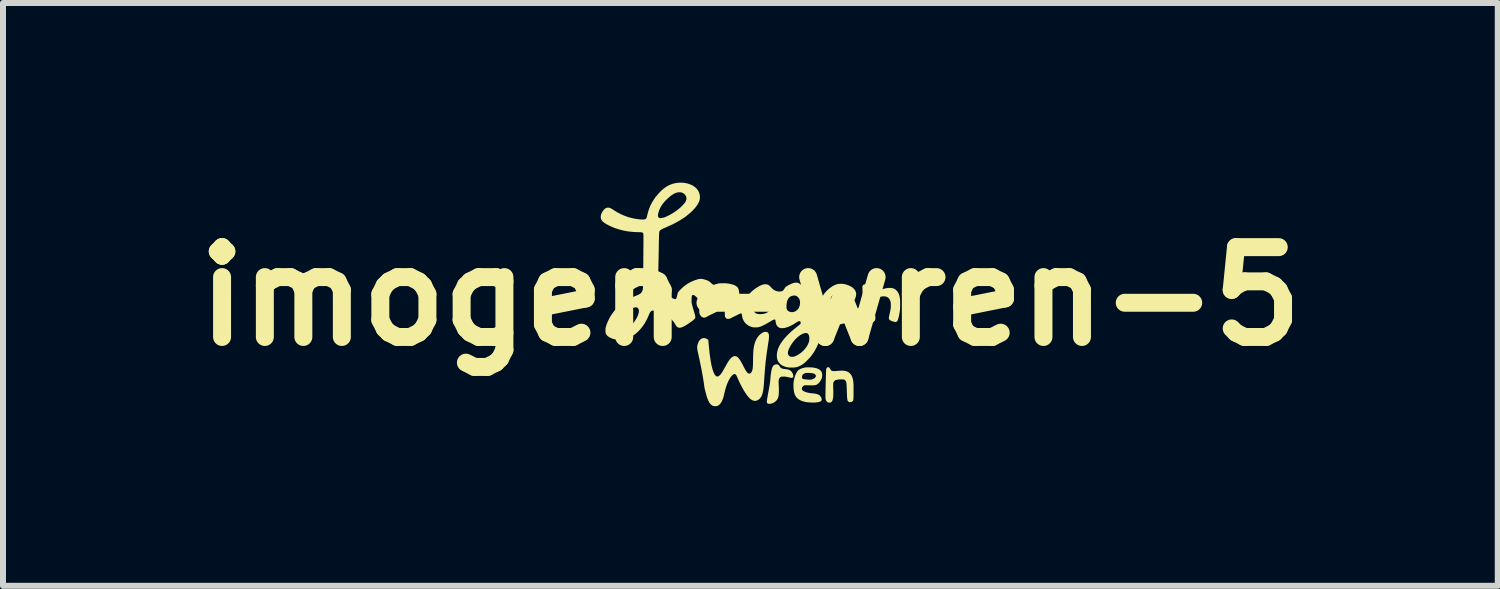
<source format=kicad_pcb>
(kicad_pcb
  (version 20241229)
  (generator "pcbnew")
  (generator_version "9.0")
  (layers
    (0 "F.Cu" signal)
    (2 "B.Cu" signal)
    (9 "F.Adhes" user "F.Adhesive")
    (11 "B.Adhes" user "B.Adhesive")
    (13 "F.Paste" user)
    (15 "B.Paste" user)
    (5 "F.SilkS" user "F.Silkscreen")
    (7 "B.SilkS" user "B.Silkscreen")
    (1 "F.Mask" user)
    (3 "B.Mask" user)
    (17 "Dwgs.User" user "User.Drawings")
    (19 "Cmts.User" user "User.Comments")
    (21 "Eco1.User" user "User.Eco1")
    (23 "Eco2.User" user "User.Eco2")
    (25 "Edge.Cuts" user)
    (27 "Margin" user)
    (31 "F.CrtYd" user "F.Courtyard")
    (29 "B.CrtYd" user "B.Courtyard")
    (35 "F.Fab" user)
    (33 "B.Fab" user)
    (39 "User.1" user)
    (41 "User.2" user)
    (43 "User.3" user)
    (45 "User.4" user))
  (footprint "imogen-wren-5"
    (layer "F.Cu")
    (at 9.479 1.898)
    (property "Reference" "imogen-wren-5" (at 0 0 0) (layer "F.SilkS") (effects (font (size 1.5 1.5) (thickness 0.3))))
    (attr board_only exclude_from_pos_files exclude_from_bom)
    (fp_poly (pts (xy 0.441 1.135) (xy 0.455 1.137) (xy 0.465 1.141) (xy 0.474 1.149) (xy 0.483 1.16) (xy 0.491 1.174) (xy 0.5 1.185) (xy 0.508 1.193) (xy 0.518 1.2) (xy 0.528 1.205) (xy 0.542 1.209) (xy 0.558 1.211) (xy 0.578 1.214) (xy 0.587 1.215) (xy 0.612 1.218) (xy 0.634 1.223) (xy 0.652 1.23) (xy 0.667 1.239) (xy 0.681 1.251) (xy 0.685 1.255) (xy 0.695 1.269) (xy 0.704 1.284) (xy 0.71 1.299) (xy 0.714 1.315) (xy 0.716 1.329) (xy 0.715 1.341) (xy 0.711 1.35) (xy 0.707 1.355) (xy 0.704 1.358) (xy 0.699 1.36) (xy 0.693 1.361) (xy 0.686 1.361) (xy 0.675 1.359) (xy 0.661 1.357) (xy 0.644 1.353) (xy 0.636 1.351) (xy 0.619 1.347) (xy 0.605 1.345) (xy 0.594 1.342) (xy 0.585 1.341) (xy 0.576 1.34) (xy 0.567 1.34) (xy 0.557 1.34) (xy 0.551 1.34) (xy 0.538 1.34) (xy 0.528 1.34) (xy 0.521 1.341) (xy 0.516 1.342) (xy 0.511 1.343) (xy 0.508 1.345) (xy 0.497 1.352) (xy 0.489 1.359) (xy 0.482 1.369) (xy 0.481 1.372) (xy 0.477 1.38) (xy 0.474 1.39) (xy 0.472 1.401) (xy 0.471 1.414) (xy 0.471 1.43) (xy 0.472 1.45) (xy 0.472 1.463) (xy 0.473 1.483) (xy 0.474 1.505) (xy 0.475 1.528) (xy 0.475 1.551) (xy 0.475 1.574) (xy 0.475 1.595) (xy 0.474 1.613) (xy 0.474 1.629) (xy 0.473 1.64) (xy 0.473 1.641) (xy 0.468 1.671) (xy 0.46 1.697) (xy 0.449 1.719) (xy 0.435 1.739) (xy 0.417 1.756) (xy 0.395 1.771) (xy 0.38 1.779) (xy 0.362 1.786) (xy 0.344 1.791) (xy 0.327 1.794) (xy 0.312 1.795) (xy 0.298 1.793) (xy 0.29 1.79) (xy 0.284 1.785) (xy 0.278 1.779) (xy 0.278 1.778) (xy 0.276 1.775) (xy 0.275 1.77) (xy 0.275 1.765) (xy 0.274 1.758) (xy 0.275 1.749) (xy 0.276 1.738) (xy 0.278 1.724) (xy 0.28 1.708) (xy 0.284 1.689) (xy 0.288 1.666) (xy 0.292 1.639) (xy 0.298 1.608) (xy 0.301 1.595) (xy 0.306 1.564) (xy 0.311 1.537) (xy 0.315 1.514) (xy 0.319 1.493) (xy 0.322 1.474) (xy 0.325 1.456) (xy 0.327 1.439) (xy 0.329 1.422) (xy 0.331 1.404) (xy 0.333 1.384) (xy 0.335 1.364) (xy 0.338 1.327) (xy 0.342 1.294) (xy 0.346 1.265) (xy 0.351 1.239) (xy 0.356 1.218) (xy 0.361 1.199) (xy 0.367 1.184) (xy 0.373 1.171) (xy 0.381 1.161) (xy 0.388 1.153) (xy 0.403 1.143) (xy 0.42 1.137) (xy 0.439 1.135)) (stroke (width 0) (type solid)) (fill yes) (layer "F.SilkS"))
    (fp_poly (pts (xy 1.017 1.186) (xy 1.053 1.19) (xy 1.084 1.195) (xy 1.112 1.203) (xy 1.136 1.213) (xy 1.156 1.225) (xy 1.172 1.24) (xy 1.185 1.256) (xy 1.193 1.276) (xy 1.198 1.297) (xy 1.199 1.32) (xy 1.197 1.343) (xy 1.19 1.367) (xy 1.181 1.391) (xy 1.168 1.413) (xy 1.153 1.434) (xy 1.137 1.452) (xy 1.118 1.466) (xy 1.107 1.473) (xy 1.098 1.477) (xy 1.09 1.48) (xy 1.081 1.483) (xy 1.071 1.484) (xy 1.059 1.485) (xy 1.045 1.486) (xy 1.027 1.486) (xy 1.005 1.486) (xy 1.005 1.486) (xy 0.981 1.486) (xy 0.96 1.485) (xy 0.944 1.485) (xy 0.931 1.485) (xy 0.92 1.485) (xy 0.913 1.485) (xy 0.907 1.486) (xy 0.902 1.486) (xy 0.899 1.487) (xy 0.896 1.488) (xy 0.894 1.489) (xy 0.892 1.49) (xy 0.881 1.498) (xy 0.871 1.508) (xy 0.864 1.52) (xy 0.86 1.533) (xy 0.859 1.545) (xy 0.861 1.557) (xy 0.862 1.558) (xy 0.87 1.569) (xy 0.882 1.579) (xy 0.899 1.588) (xy 0.919 1.596) (xy 0.942 1.604) (xy 0.969 1.61) (xy 0.998 1.615) (xy 1.031 1.619) (xy 1.034 1.619) (xy 1.064 1.622) (xy 1.089 1.626) (xy 1.111 1.632) (xy 1.129 1.638) (xy 1.145 1.646) (xy 1.157 1.655) (xy 1.168 1.667) (xy 1.177 1.68) (xy 1.182 1.689) (xy 1.188 1.705) (xy 1.19 1.72) (xy 1.189 1.733) (xy 1.183 1.744) (xy 1.173 1.753) (xy 1.172 1.754) (xy 1.159 1.759) (xy 1.141 1.764) (xy 1.12 1.768) (xy 1.096 1.771) (xy 1.069 1.773) (xy 1.039 1.773) (xy 1.007 1.772) (xy 0.984 1.771) (xy 0.942 1.767) (xy 0.904 1.76) (xy 0.87 1.75) (xy 0.839 1.738) (xy 0.812 1.723) (xy 0.788 1.706) (xy 0.769 1.686) (xy 0.753 1.663) (xy 0.747 1.653) (xy 0.743 1.643) (xy 0.739 1.634) (xy 0.736 1.624) (xy 0.733 1.614) (xy 0.73 1.601) (xy 0.726 1.584) (xy 0.725 1.577) (xy 0.723 1.562) (xy 0.721 1.543) (xy 0.72 1.522) (xy 0.719 1.499) (xy 0.719 1.476) (xy 0.72 1.455) (xy 0.721 1.435) (xy 0.723 1.419) (xy 0.724 1.414) (xy 0.731 1.381) (xy 0.739 1.349) (xy 0.741 1.343) (xy 0.861 1.343) (xy 0.861 1.354) (xy 0.865 1.366) (xy 0.872 1.375) (xy 0.881 1.38) (xy 0.887 1.381) (xy 0.897 1.383) (xy 0.909 1.385) (xy 0.924 1.387) (xy 0.94 1.388) (xy 0.956 1.39) (xy 0.969 1.391) (xy 0.994 1.391) (xy 1.018 1.389) (xy 1.036 1.384) (xy 1.054 1.376) (xy 1.07 1.367) (xy 1.081 1.356) (xy 1.089 1.345) (xy 1.093 1.333) (xy 1.093 1.329) (xy 1.091 1.317) (xy 1.084 1.306) (xy 1.074 1.297) (xy 1.06 1.29) (xy 1.049 1.286) (xy 1.031 1.283) (xy 1.012 1.281) (xy 0.992 1.279) (xy 0.971 1.278) (xy 0.952 1.278) (xy 0.934 1.279) (xy 0.92 1.281) (xy 0.911 1.283) (xy 0.894 1.291) (xy 0.881 1.301) (xy 0.87 1.313) (xy 0.863 1.328) (xy 0.861 1.343) (xy 0.741 1.343) (xy 0.749 1.32) (xy 0.76 1.294) (xy 0.771 1.272) (xy 0.783 1.253) (xy 0.794 1.239) (xy 0.809 1.227) (xy 0.827 1.216) (xy 0.848 1.206) (xy 0.873 1.198) (xy 0.901 1.191) (xy 0.91 1.189) (xy 0.918 1.187) (xy 0.926 1.186) (xy 0.936 1.186) (xy 0.947 1.185) (xy 0.961 1.185) (xy 0.977 1.185)) (stroke (width 0) (type solid)) (fill yes) (layer "F.SilkS"))
    (fp_poly (pts (xy 1.308 1.184) (xy 1.317 1.19) (xy 1.326 1.201) (xy 1.334 1.215) (xy 1.339 1.224) (xy 1.344 1.231) (xy 1.35 1.237) (xy 1.357 1.242) (xy 1.365 1.245) (xy 1.376 1.247) (xy 1.388 1.248) (xy 1.404 1.248) (xy 1.424 1.247) (xy 1.447 1.245) (xy 1.462 1.244) (xy 1.489 1.242) (xy 1.512 1.241) (xy 1.532 1.24) (xy 1.549 1.241) (xy 1.564 1.242) (xy 1.564 1.243) (xy 1.589 1.247) (xy 1.61 1.253) (xy 1.629 1.262) (xy 1.645 1.272) (xy 1.661 1.286) (xy 1.662 1.287) (xy 1.674 1.301) (xy 1.685 1.315) (xy 1.693 1.331) (xy 1.701 1.349) (xy 1.707 1.371) (xy 1.709 1.379) (xy 1.712 1.391) (xy 1.714 1.402) (xy 1.716 1.413) (xy 1.718 1.424) (xy 1.719 1.435) (xy 1.72 1.449) (xy 1.721 1.463) (xy 1.722 1.48) (xy 1.722 1.5) (xy 1.722 1.523) (xy 1.722 1.549) (xy 1.722 1.58) (xy 1.722 1.582) (xy 1.722 1.612) (xy 1.722 1.638) (xy 1.722 1.661) (xy 1.721 1.679) (xy 1.721 1.695) (xy 1.72 1.707) (xy 1.719 1.717) (xy 1.718 1.725) (xy 1.717 1.732) (xy 1.716 1.737) (xy 1.714 1.741) (xy 1.714 1.741) (xy 1.706 1.751) (xy 1.696 1.759) (xy 1.683 1.764) (xy 1.67 1.766) (xy 1.656 1.766) (xy 1.644 1.762) (xy 1.635 1.756) (xy 1.631 1.752) (xy 1.628 1.748) (xy 1.625 1.743) (xy 1.622 1.738) (xy 1.62 1.731) (xy 1.618 1.723) (xy 1.617 1.713) (xy 1.616 1.701) (xy 1.614 1.685) (xy 1.613 1.667) (xy 1.612 1.645) (xy 1.611 1.62) (xy 1.61 1.59) (xy 1.61 1.586) (xy 1.609 1.557) (xy 1.608 1.532) (xy 1.607 1.511) (xy 1.606 1.493) (xy 1.605 1.478) (xy 1.605 1.466) (xy 1.604 1.456) (xy 1.603 1.449) (xy 1.602 1.442) (xy 1.601 1.437) (xy 1.6 1.433) (xy 1.599 1.429) (xy 1.598 1.425) (xy 1.592 1.413) (xy 1.585 1.404) (xy 1.576 1.396) (xy 1.565 1.391) (xy 1.551 1.387) (xy 1.534 1.386) (xy 1.513 1.386) (xy 1.489 1.387) (xy 1.487 1.387) (xy 1.465 1.39) (xy 1.446 1.392) (xy 1.431 1.396) (xy 1.42 1.4) (xy 1.416 1.401) (xy 1.405 1.41) (xy 1.395 1.421) (xy 1.387 1.434) (xy 1.386 1.437) (xy 1.385 1.442) (xy 1.384 1.447) (xy 1.383 1.453) (xy 1.382 1.461) (xy 1.382 1.471) (xy 1.382 1.484) (xy 1.382 1.499) (xy 1.382 1.518) (xy 1.383 1.541) (xy 1.384 1.568) (xy 1.384 1.571) (xy 1.385 1.608) (xy 1.384 1.641) (xy 1.383 1.67) (xy 1.38 1.694) (xy 1.376 1.716) (xy 1.371 1.733) (xy 1.366 1.745) (xy 1.361 1.754) (xy 1.356 1.76) (xy 1.35 1.765) (xy 1.347 1.767) (xy 1.334 1.772) (xy 1.321 1.775) (xy 1.309 1.775) (xy 1.305 1.774) (xy 1.289 1.768) (xy 1.277 1.757) (xy 1.266 1.743) (xy 1.263 1.736) (xy 1.26 1.731) (xy 1.258 1.725) (xy 1.257 1.719) (xy 1.255 1.713) (xy 1.254 1.706) (xy 1.253 1.696) (xy 1.253 1.685) (xy 1.253 1.672) (xy 1.253 1.656) (xy 1.253 1.636) (xy 1.253 1.613) (xy 1.254 1.586) (xy 1.254 1.574) (xy 1.255 1.545) (xy 1.255 1.515) (xy 1.256 1.485) (xy 1.257 1.454) (xy 1.258 1.424) (xy 1.259 1.394) (xy 1.259 1.366) (xy 1.26 1.339) (xy 1.261 1.313) (xy 1.262 1.29) (xy 1.263 1.27) (xy 1.263 1.253) (xy 1.264 1.239) (xy 1.264 1.229) (xy 1.265 1.223) (xy 1.265 1.223) (xy 1.268 1.208) (xy 1.274 1.196) (xy 1.282 1.187) (xy 1.292 1.183) (xy 1.299 1.182)) (stroke (width 0) (type solid)) (fill yes) (layer "F.SilkS"))
    (fp_poly (pts (xy 0.264 0.593) (xy 0.271 0.594) (xy 0.276 0.595) (xy 0.281 0.597) (xy 0.285 0.6) (xy 0.295 0.609) (xy 0.303 0.622) (xy 0.308 0.639) (xy 0.31 0.659) (xy 0.31 0.681) (xy 0.31 0.683) (xy 0.309 0.692) (xy 0.309 0.701) (xy 0.308 0.71) (xy 0.306 0.721) (xy 0.305 0.734) (xy 0.303 0.748) (xy 0.3 0.766) (xy 0.297 0.786) (xy 0.293 0.811) (xy 0.289 0.839) (xy 0.288 0.846) (xy 0.281 0.893) (xy 0.274 0.937) (xy 0.268 0.98) (xy 0.263 1.022) (xy 0.258 1.063) (xy 0.253 1.106) (xy 0.249 1.149) (xy 0.245 1.194) (xy 0.241 1.242) (xy 0.237 1.292) (xy 0.233 1.347) (xy 0.233 1.356) (xy 0.23 1.392) (xy 0.228 1.425) (xy 0.226 1.453) (xy 0.224 1.478) (xy 0.222 1.5) (xy 0.22 1.52) (xy 0.218 1.537) (xy 0.216 1.552) (xy 0.214 1.567) (xy 0.211 1.58) (xy 0.209 1.593) (xy 0.208 1.595) (xy 0.201 1.626) (xy 0.191 1.653) (xy 0.18 1.676) (xy 0.167 1.695) (xy 0.152 1.711) (xy 0.133 1.727) (xy 0.113 1.737) (xy 0.093 1.744) (xy 0.072 1.745) (xy 0.052 1.742) (xy 0.031 1.734) (xy 0.015 1.725) (xy -0.002 1.712) (xy -0.02 1.695) (xy -0.04 1.673) (xy -0.06 1.647) (xy -0.08 1.618) (xy -0.101 1.586) (xy -0.122 1.55) (xy -0.144 1.51) (xy -0.165 1.469) (xy -0.187 1.424) (xy -0.208 1.377) (xy -0.21 1.372) (xy -0.216 1.358) (xy -0.223 1.345) (xy -0.228 1.333) (xy -0.233 1.323) (xy -0.236 1.317) (xy -0.236 1.317) (xy -0.245 1.306) (xy -0.254 1.299) (xy -0.265 1.297) (xy -0.276 1.299) (xy -0.288 1.306) (xy -0.302 1.317) (xy -0.302 1.317) (xy -0.317 1.333) (xy -0.333 1.354) (xy -0.348 1.378) (xy -0.363 1.405) (xy -0.377 1.435) (xy -0.391 1.467) (xy -0.403 1.502) (xy -0.414 1.537) (xy -0.424 1.574) (xy -0.432 1.606) (xy -0.441 1.648) (xy -0.451 1.685) (xy -0.462 1.717) (xy -0.474 1.745) (xy -0.487 1.77) (xy -0.501 1.79) (xy -0.517 1.807) (xy -0.534 1.82) (xy -0.548 1.827) (xy -0.555 1.83) (xy -0.562 1.832) (xy -0.571 1.833) (xy -0.583 1.834) (xy -0.584 1.834) (xy -0.598 1.834) (xy -0.61 1.833) (xy -0.617 1.831) (xy -0.633 1.825) (xy -0.648 1.815) (xy -0.662 1.803) (xy -0.673 1.792) (xy -0.683 1.778) (xy -0.692 1.763) (xy -0.701 1.745) (xy -0.71 1.724) (xy -0.72 1.699) (xy -0.729 1.671) (xy -0.738 1.639) (xy -0.747 1.606) (xy -0.755 1.577) (xy -0.761 1.551) (xy -0.766 1.528) (xy -0.77 1.506) (xy -0.771 1.495) (xy -0.777 1.452) (xy -0.784 1.405) (xy -0.792 1.355) (xy -0.802 1.3) (xy -0.812 1.243) (xy -0.824 1.182) (xy -0.837 1.12) (xy -0.85 1.055) (xy -0.865 0.988) (xy -0.874 0.944) (xy -0.879 0.923) (xy -0.883 0.905) (xy -0.885 0.89) (xy -0.887 0.878) (xy -0.888 0.868) (xy -0.889 0.859) (xy -0.889 0.85) (xy -0.888 0.842) (xy -0.887 0.834) (xy -0.881 0.803) (xy -0.872 0.776) (xy -0.861 0.752) (xy -0.847 0.733) (xy -0.84 0.725) (xy -0.824 0.711) (xy -0.807 0.702) (xy -0.789 0.697) (xy -0.77 0.696) (xy -0.762 0.698) (xy -0.749 0.701) (xy -0.736 0.707) (xy -0.722 0.714) (xy -0.711 0.721) (xy -0.71 0.723) (xy -0.703 0.729) (xy -0.699 0.776) (xy -0.692 0.845) (xy -0.686 0.91) (xy -0.679 0.971) (xy -0.671 1.026) (xy -0.663 1.078) (xy -0.655 1.124) (xy -0.646 1.166) (xy -0.636 1.204) (xy -0.627 1.237) (xy -0.616 1.265) (xy -0.606 1.289) (xy -0.595 1.308) (xy -0.585 1.32) (xy -0.576 1.329) (xy -0.568 1.335) (xy -0.559 1.338) (xy -0.552 1.338) (xy -0.541 1.337) (xy -0.531 1.333) (xy -0.52 1.325) (xy -0.513 1.319) (xy -0.506 1.312) (xy -0.5 1.305) (xy -0.493 1.297) (xy -0.486 1.287) (xy -0.478 1.275) (xy -0.469 1.262) (xy -0.46 1.246) (xy -0.449 1.227) (xy -0.436 1.204) (xy -0.421 1.178) (xy -0.412 1.162) (xy -0.403 1.146) (xy -0.395 1.131) (xy -0.387 1.118) (xy -0.381 1.108) (xy -0.378 1.102) (xy -0.359 1.073) (xy -0.341 1.049) (xy -0.323 1.03) (xy -0.306 1.015) (xy -0.292 1.006) (xy -0.283 1.002) (xy -0.276 0.999) (xy -0.268 0.998) (xy -0.261 0.998) (xy -0.249 0.999) (xy -0.238 1.001) (xy -0.227 1.006) (xy -0.216 1.013) (xy -0.205 1.023) (xy -0.194 1.035) (xy -0.182 1.05) (xy -0.17 1.069) (xy -0.157 1.091) (xy -0.142 1.117) (xy -0.127 1.146) (xy -0.111 1.177) (xy -0.098 1.202) (xy -0.086 1.224) (xy -0.076 1.242) (xy -0.066 1.256) (xy -0.057 1.267) (xy -0.049 1.276) (xy -0.04 1.283) (xy -0.038 1.284) (xy -0.025 1.289) (xy -0.013 1.29) (xy -0.001 1.286) (xy 0.009 1.277) (xy 0.016 1.268) (xy 0.022 1.259) (xy 0.027 1.248) (xy 0.031 1.235) (xy 0.035 1.221) (xy 0.038 1.204) (xy 0.04 1.185) (xy 0.042 1.163) (xy 0.043 1.137) (xy 0.044 1.107) (xy 0.044 1.074) (xy 0.044 1.056) (xy 0.045 1.012) (xy 0.046 0.971) (xy 0.048 0.935) (xy 0.05 0.901) (xy 0.054 0.871) (xy 0.058 0.843) (xy 0.063 0.817) (xy 0.07 0.792) (xy 0.075 0.774) (xy 0.088 0.74) (xy 0.104 0.708) (xy 0.122 0.68) (xy 0.143 0.654) (xy 0.166 0.632) (xy 0.191 0.614) (xy 0.212 0.602) (xy 0.221 0.598) (xy 0.228 0.595) (xy 0.235 0.594) (xy 0.243 0.593) (xy 0.253 0.593)) (stroke (width 0) (type solid)) (fill yes) (layer "F.SilkS"))
    (fp_poly (pts (xy -1.148 -1.897) (xy -1.127 -1.897) (xy -1.108 -1.895) (xy -1.1 -1.894) (xy -1.071 -1.889) (xy -1.041 -1.881) (xy -1.013 -1.872) (xy -1.008 -1.871) (xy -0.975 -1.856) (xy -0.945 -1.839) (xy -0.919 -1.819) (xy -0.896 -1.796) (xy -0.878 -1.772) (xy -0.863 -1.746) (xy -0.852 -1.718) (xy -0.845 -1.688) (xy -0.843 -1.657) (xy -0.844 -1.631) (xy -0.848 -1.61) (xy -0.853 -1.591) (xy -0.861 -1.572) (xy -0.865 -1.565) (xy -0.882 -1.534) (xy -0.904 -1.502) (xy -0.93 -1.47) (xy -0.959 -1.438) (xy -0.992 -1.406) (xy -1.028 -1.375) (xy -1.066 -1.344) (xy -1.106 -1.314) (xy -1.147 -1.288) (xy -1.175 -1.27) (xy -1.205 -1.253) (xy -1.236 -1.236) (xy -1.269 -1.218) (xy -1.305 -1.2) (xy -1.344 -1.182) (xy -1.386 -1.163) (xy -1.432 -1.142) (xy -1.436 -1.141) (xy -1.456 -1.132) (xy -1.473 -1.124) (xy -1.486 -1.117) (xy -1.497 -1.11) (xy -1.505 -1.104) (xy -1.511 -1.097) (xy -1.516 -1.09) (xy -1.519 -1.083) (xy -1.521 -1.079) (xy -1.522 -1.075) (xy -1.523 -1.068) (xy -1.523 -1.059) (xy -1.524 -1.047) (xy -1.525 -1.032) (xy -1.526 -1.013) (xy -1.526 -0.991) (xy -1.527 -0.965) (xy -1.528 -0.935) (xy -1.529 -0.901) (xy -1.529 -0.863) (xy -1.53 -0.82) (xy -1.53 -0.819) (xy -1.531 -0.757) (xy -1.532 -0.7) (xy -1.533 -0.647) (xy -1.534 -0.598) (xy -1.535 -0.552) (xy -1.536 -0.508) (xy -1.537 -0.468) (xy -1.538 -0.43) (xy -1.539 -0.395) (xy -1.54 -0.361) (xy -1.541 -0.328) (xy -1.542 -0.297) (xy -1.543 -0.266) (xy -1.544 -0.236) (xy -1.545 -0.206) (xy -1.546 -0.182) (xy -1.547 -0.157) (xy -1.547 -0.136) (xy -1.548 -0.119) (xy -1.548 -0.105) (xy -1.548 -0.094) (xy -1.547 -0.085) (xy -1.546 -0.078) (xy -1.545 -0.073) (xy -1.543 -0.069) (xy -1.541 -0.066) (xy -1.538 -0.063) (xy -1.535 -0.06) (xy -1.531 -0.057) (xy -1.526 -0.055) (xy -1.52 -0.053) (xy -1.51 -0.05) (xy -1.498 -0.047) (xy -1.488 -0.045) (xy -1.474 -0.042) (xy -1.46 -0.039) (xy -1.447 -0.035) (xy -1.433 -0.029) (xy -1.417 -0.023) (xy -1.399 -0.015) (xy -1.379 -0.006) (xy -1.36 0.004) (xy -1.336 0.015) (xy -1.315 0.024) (xy -1.299 0.032) (xy -1.285 0.038) (xy -1.274 0.042) (xy -1.265 0.045) (xy -1.258 0.046) (xy -1.252 0.047) (xy -1.248 0.046) (xy -1.244 0.044) (xy -1.243 0.043) (xy -1.24 0.038) (xy -1.236 0.03) (xy -1.232 0.018) (xy -1.228 0.004) (xy -1.224 -0.012) (xy -1.22 -0.029) (xy -1.214 -0.05) (xy -1.206 -0.068) (xy -1.196 -0.083) (xy -1.19 -0.09) (xy -1.181 -0.1) (xy -1.17 -0.111) (xy -1.158 -0.123) (xy -1.145 -0.135) (xy -1.133 -0.147) (xy -1.121 -0.158) (xy -1.111 -0.166) (xy -1.108 -0.168) (xy -1.072 -0.195) (xy -1.033 -0.22) (xy -0.991 -0.242) (xy -0.948 -0.261) (xy -0.917 -0.273) (xy -0.893 -0.28) (xy -0.873 -0.286) (xy -0.855 -0.29) (xy -0.839 -0.292) (xy -0.824 -0.292) (xy -0.808 -0.291) (xy -0.791 -0.288) (xy -0.772 -0.283) (xy -0.754 -0.278) (xy -0.73 -0.27) (xy -0.708 -0.261) (xy -0.69 -0.25) (xy -0.672 -0.237) (xy -0.661 -0.227) (xy -0.648 -0.215) (xy -0.637 -0.206) (xy -0.629 -0.199) (xy -0.622 -0.196) (xy -0.614 -0.194) (xy -0.607 -0.194) (xy -0.598 -0.197) (xy -0.587 -0.2) (xy -0.584 -0.201) (xy -0.568 -0.206) (xy -0.554 -0.21) (xy -0.541 -0.214) (xy -0.529 -0.216) (xy -0.515 -0.217) (xy -0.499 -0.218) (xy -0.481 -0.219) (xy -0.459 -0.219) (xy -0.459 -0.219) (xy -0.44 -0.219) (xy -0.424 -0.218) (xy -0.411 -0.218) (xy -0.4 -0.217) (xy -0.389 -0.216) (xy -0.378 -0.215) (xy -0.365 -0.213) (xy -0.362 -0.212) (xy -0.332 -0.207) (xy -0.306 -0.2) (xy -0.283 -0.193) (xy -0.263 -0.185) (xy -0.246 -0.176) (xy -0.231 -0.165) (xy -0.218 -0.154) (xy -0.208 -0.141) (xy -0.201 -0.126) (xy -0.195 -0.109) (xy -0.191 -0.089) (xy -0.189 -0.073) (xy -0.187 -0.057) (xy -0.184 -0.04) (xy -0.18 -0.023) (xy -0.176 -0.006) (xy -0.171 0.01) (xy -0.166 0.023) (xy -0.161 0.034) (xy -0.157 0.041) (xy -0.156 0.042) (xy -0.15 0.046) (xy -0.142 0.046) (xy -0.133 0.044) (xy -0.121 0.038) (xy -0.111 0.032) (xy -0.099 0.025) (xy -0.088 0.017) (xy -0.077 0.008) (xy -0.064 -0.002) (xy -0.05 -0.014) (xy -0.035 -0.028) (xy -0.016 -0.045) (xy -0.008 -0.053) (xy 0.01 -0.07) (xy 0.026 -0.085) (xy 0.04 -0.097) (xy 0.052 -0.107) (xy 0.064 -0.117) (xy 0.076 -0.126) (xy 0.088 -0.134) (xy 0.102 -0.143) (xy 0.134 -0.163) (xy 0.164 -0.179) (xy 0.192 -0.191) (xy 0.217 -0.199) (xy 0.24 -0.202) (xy 0.261 -0.202) (xy 0.277 -0.199) (xy 0.291 -0.195) (xy 0.304 -0.188) (xy 0.317 -0.179) (xy 0.33 -0.166) (xy 0.34 -0.156) (xy 0.356 -0.139) (xy 0.37 -0.125) (xy 0.383 -0.114) (xy 0.396 -0.105) (xy 0.409 -0.098) (xy 0.423 -0.092) (xy 0.439 -0.087) (xy 0.442 -0.086) (xy 0.458 -0.083) (xy 0.476 -0.081) (xy 0.493 -0.081) (xy 0.509 -0.082) (xy 0.522 -0.084) (xy 0.523 -0.085) (xy 0.538 -0.092) (xy 0.55 -0.103) (xy 0.561 -0.117) (xy 0.563 -0.12) (xy 0.57 -0.132) (xy 0.577 -0.143) (xy 0.585 -0.153) (xy 0.595 -0.161) (xy 0.607 -0.17) (xy 0.622 -0.179) (xy 0.639 -0.189) (xy 0.658 -0.198) (xy 0.68 -0.208) (xy 0.7 -0.216) (xy 0.717 -0.222) (xy 0.732 -0.226) (xy 0.747 -0.228) (xy 0.762 -0.229) (xy 0.767 -0.229) (xy 0.779 -0.228) (xy 0.788 -0.227) (xy 0.796 -0.225) (xy 0.804 -0.221) (xy 0.805 -0.221) (xy 0.821 -0.212) (xy 0.839 -0.198) (xy 0.859 -0.181) (xy 0.88 -0.159) (xy 0.881 -0.159) (xy 0.899 -0.138) (xy 0.917 -0.115) (xy 0.934 -0.091) (xy 0.949 -0.064) (xy 0.964 -0.034) (xy 0.979 -0.000292) (xy 0.994 0.037) (xy 1.009 0.078) (xy 1.011 0.083) (xy 1.016 0.098) (xy 1.022 0.113) (xy 1.028 0.128) (xy 1.034 0.142) (xy 1.04 0.155) (xy 1.045 0.165) (xy 1.049 0.173) (xy 1.052 0.177) (xy 1.053 0.178) (xy 1.056 0.176) (xy 1.063 0.172) (xy 1.072 0.165) (xy 1.082 0.157) (xy 1.093 0.147) (xy 1.105 0.137) (xy 1.116 0.126) (xy 1.127 0.116) (xy 1.136 0.107) (xy 1.144 0.099) (xy 1.147 0.094) (xy 1.153 0.086) (xy 1.158 0.079) (xy 1.163 0.071) (xy 1.169 0.062) (xy 1.175 0.051) (xy 1.18 0.042) (xy 1.342 0.042) (xy 1.344 0.056) (xy 1.349 0.067) (xy 1.358 0.077) (xy 1.371 0.086) (xy 1.386 0.093) (xy 1.403 0.097) (xy 1.414 0.098) (xy 1.418 0.098) (xy 1.425 0.097) (xy 1.434 0.095) (xy 1.437 0.095) (xy 1.473 0.086) (xy 1.507 0.074) (xy 1.538 0.057) (xy 1.542 0.055) (xy 1.559 0.041) (xy 1.574 0.026) (xy 1.586 0.01) (xy 1.593 -0.006) (xy 1.597 -0.023) (xy 1.597 -0.039) (xy 1.596 -0.041) (xy 1.592 -0.057) (xy 1.584 -0.07) (xy 1.574 -0.079) (xy 1.561 -0.085) (xy 1.546 -0.088) (xy 1.527 -0.088) (xy 1.505 -0.085) (xy 1.479 -0.078) (xy 1.475 -0.077) (xy 1.45 -0.068) (xy 1.426 -0.057) (xy 1.405 -0.045) (xy 1.386 -0.032) (xy 1.371 -0.018) (xy 1.358 -0.003) (xy 1.349 0.012) (xy 1.343 0.027) (xy 1.342 0.042) (xy 1.18 0.042) (xy 1.183 0.037) (xy 1.19 0.024) (xy 1.203 0.000248) (xy 1.216 -0.02) (xy 1.227 -0.037) (xy 1.24 -0.054) (xy 1.253 -0.069) (xy 1.268 -0.085) (xy 1.278 -0.096) (xy 1.307 -0.123) (xy 1.337 -0.146) (xy 1.367 -0.167) (xy 1.398 -0.184) (xy 1.428 -0.197) (xy 1.434 -0.199) (xy 1.466 -0.207) (xy 1.498 -0.21) (xy 1.532 -0.21) (xy 1.568 -0.205) (xy 1.602 -0.196) (xy 1.637 -0.184) (xy 1.668 -0.17) (xy 1.695 -0.154) (xy 1.718 -0.136) (xy 1.736 -0.117) (xy 1.751 -0.095) (xy 1.759 -0.076) (xy 1.765 -0.056) (xy 1.766 -0.033) (xy 1.763 -0.009) (xy 1.757 0.016) (xy 1.747 0.041) (xy 1.734 0.066) (xy 1.717 0.091) (xy 1.698 0.115) (xy 1.684 0.13) (xy 1.673 0.14) (xy 1.662 0.15) (xy 1.651 0.159) (xy 1.637 0.168) (xy 1.621 0.178) (xy 1.606 0.187) (xy 1.583 0.202) (xy 1.564 0.215) (xy 1.55 0.227) (xy 1.538 0.238) (xy 1.535 0.242) (xy 1.528 0.253) (xy 1.524 0.262) (xy 1.525 0.269) (xy 1.529 0.273) (xy 1.538 0.275) (xy 1.551 0.275) (xy 1.567 0.273) (xy 1.588 0.269) (xy 1.596 0.267) (xy 1.612 0.263) (xy 1.631 0.257) (xy 1.652 0.25) (xy 1.674 0.243) (xy 1.698 0.236) (xy 1.721 0.228) (xy 1.744 0.219) (xy 1.766 0.211) (xy 1.787 0.204) (xy 1.806 0.196) (xy 1.822 0.19) (xy 1.835 0.184) (xy 1.844 0.18) (xy 1.846 0.178) (xy 1.859 0.168) (xy 1.869 0.155) (xy 1.876 0.14) (xy 1.878 0.127) (xy 1.88 0.111) (xy 1.881 0.09) (xy 1.881 0.067) (xy 1.879 0.041) (xy 1.879 0.038) (xy 1.878 0.011) (xy 1.876 -0.012) (xy 1.875 -0.031) (xy 1.874 -0.047) (xy 1.873 -0.061) (xy 1.872 -0.074) (xy 1.872 -0.085) (xy 1.871 -0.096) (xy 1.871 -0.107) (xy 1.871 -0.118) (xy 1.871 -0.122) (xy 1.87 -0.137) (xy 1.87 -0.149) (xy 1.87 -0.158) (xy 1.87 -0.164) (xy 1.871 -0.169) (xy 1.872 -0.172) (xy 1.874 -0.176) (xy 1.875 -0.178) (xy 1.879 -0.184) (xy 1.884 -0.19) (xy 1.892 -0.194) (xy 1.902 -0.199) (xy 1.916 -0.203) (xy 1.933 -0.208) (xy 1.96 -0.214) (xy 1.984 -0.217) (xy 2.004 -0.217) (xy 2.022 -0.215) (xy 2.037 -0.21) (xy 2.05 -0.202) (xy 2.052 -0.201) (xy 2.06 -0.193) (xy 2.067 -0.184) (xy 2.071 -0.173) (xy 2.075 -0.158) (xy 2.076 -0.151) (xy 2.079 -0.138) (xy 2.083 -0.127) (xy 2.087 -0.119) (xy 2.093 -0.113) (xy 2.101 -0.108) (xy 2.111 -0.106) (xy 2.124 -0.106) (xy 2.139 -0.107) (xy 2.158 -0.11) (xy 2.181 -0.115) (xy 2.208 -0.121) (xy 2.209 -0.122) (xy 2.231 -0.127) (xy 2.25 -0.132) (xy 2.266 -0.135) (xy 2.279 -0.138) (xy 2.291 -0.139) (xy 2.302 -0.14) (xy 2.313 -0.141) (xy 2.325 -0.141) (xy 2.326 -0.141) (xy 2.351 -0.14) (xy 2.372 -0.137) (xy 2.391 -0.131) (xy 2.408 -0.123) (xy 2.424 -0.112) (xy 2.438 -0.099) (xy 2.454 -0.081) (xy 2.467 -0.061) (xy 2.478 -0.04) (xy 2.486 -0.015) (xy 2.493 0.012) (xy 2.496 0.032) (xy 2.498 0.048) (xy 2.499 0.068) (xy 2.5 0.091) (xy 2.5 0.115) (xy 2.5 0.141) (xy 2.5 0.166) (xy 2.499 0.191) (xy 2.498 0.214) (xy 2.496 0.234) (xy 2.495 0.242) (xy 2.491 0.269) (xy 2.486 0.295) (xy 2.482 0.32) (xy 2.476 0.343) (xy 2.471 0.364) (xy 2.466 0.382) (xy 2.461 0.396) (xy 2.458 0.403) (xy 2.451 0.413) (xy 2.443 0.421) (xy 2.434 0.427) (xy 2.432 0.427) (xy 2.422 0.428) (xy 2.408 0.427) (xy 2.391 0.422) (xy 2.376 0.418) (xy 2.357 0.411) (xy 2.342 0.404) (xy 2.331 0.398) (xy 2.323 0.392) (xy 2.318 0.385) (xy 2.314 0.378) (xy 2.312 0.368) (xy 2.312 0.355) (xy 2.314 0.339) (xy 2.317 0.322) (xy 2.318 0.321) (xy 2.323 0.297) (xy 2.329 0.272) (xy 2.334 0.249) (xy 2.338 0.228) (xy 2.341 0.21) (xy 2.341 0.209) (xy 2.343 0.195) (xy 2.344 0.179) (xy 2.345 0.162) (xy 2.345 0.144) (xy 2.344 0.128) (xy 2.344 0.114) (xy 2.342 0.103) (xy 2.342 0.103) (xy 2.336 0.077) (xy 2.326 0.055) (xy 2.314 0.036) (xy 2.299 0.021) (xy 2.281 0.01) (xy 2.26 0.003) (xy 2.237 -0.000127) (xy 2.228 -0.000398) (xy 2.2 0.001) (xy 2.174 0.007) (xy 2.15 0.016) (xy 2.129 0.028) (xy 2.11 0.043) (xy 2.095 0.061) (xy 2.086 0.075) (xy 2.08 0.088) (xy 2.075 0.1) (xy 2.072 0.113) (xy 2.07 0.127) (xy 2.068 0.143) (xy 2.068 0.162) (xy 2.068 0.171) (xy 2.068 0.184) (xy 2.068 0.196) (xy 2.069 0.208) (xy 2.069 0.219) (xy 2.071 0.231) (xy 2.073 0.246) (xy 2.075 0.263) (xy 2.077 0.28) (xy 2.081 0.302) (xy 2.083 0.32) (xy 2.085 0.335) (xy 2.086 0.346) (xy 2.087 0.356) (xy 2.087 0.364) (xy 2.086 0.371) (xy 2.086 0.377) (xy 2.085 0.382) (xy 2.08 0.398) (xy 2.072 0.411) (xy 2.066 0.418) (xy 2.06 0.423) (xy 2.054 0.427) (xy 2.048 0.43) (xy 2.04 0.432) (xy 2.03 0.433) (xy 2.018 0.434) (xy 2.001 0.434) (xy 1.996 0.434) (xy 1.977 0.434) (xy 1.962 0.434) (xy 1.95 0.433) (xy 1.941 0.432) (xy 1.934 0.43) (xy 1.928 0.427) (xy 1.923 0.424) (xy 1.921 0.422) (xy 1.913 0.414) (xy 1.908 0.406) (xy 1.903 0.396) (xy 1.9 0.384) (xy 1.897 0.369) (xy 1.895 0.351) (xy 1.895 0.347) (xy 1.894 0.336) (xy 1.893 0.327) (xy 1.892 0.32) (xy 1.892 0.316) (xy 1.892 0.316) (xy 1.89 0.317) (xy 1.884 0.32) (xy 1.876 0.323) (xy 1.866 0.328) (xy 1.863 0.329) (xy 1.849 0.337) (xy 1.831 0.345) (xy 1.811 0.354) (xy 1.789 0.363) (xy 1.766 0.374) (xy 1.741 0.384) (xy 1.716 0.394) (xy 1.692 0.405) (xy 1.668 0.414) (xy 1.646 0.423) (xy 1.625 0.431) (xy 1.607 0.438) (xy 1.592 0.444) (xy 1.58 0.448) (xy 1.576 0.449) (xy 1.521 0.462) (xy 1.466 0.471) (xy 1.413 0.475) (xy 1.39 0.476) (xy 1.367 0.475) (xy 1.349 0.474) (xy 1.333 0.473) (xy 1.32 0.47) (xy 1.309 0.467) (xy 1.298 0.462) (xy 1.29 0.458) (xy 1.26 0.44) (xy 1.233 0.421) (xy 1.211 0.4) (xy 1.194 0.381) (xy 1.181 0.365) (xy 1.173 0.372) (xy 1.164 0.384) (xy 1.158 0.397) (xy 1.156 0.41) (xy 1.156 0.416) (xy 1.158 0.425) (xy 1.16 0.437) (xy 1.162 0.45) (xy 1.163 0.452) (xy 1.168 0.474) (xy 1.171 0.493) (xy 1.174 0.511) (xy 1.176 0.527) (xy 1.177 0.543) (xy 1.178 0.562) (xy 1.178 0.583) (xy 1.178 0.587) (xy 1.178 0.614) (xy 1.177 0.637) (xy 1.175 0.658) (xy 1.171 0.678) (xy 1.166 0.698) (xy 1.16 0.719) (xy 1.152 0.743) (xy 1.144 0.763) (xy 1.123 0.813) (xy 1.1 0.861) (xy 1.075 0.907) (xy 1.048 0.95) (xy 1.02 0.989) (xy 1.002 1.012) (xy 0.992 1.023) (xy 0.979 1.037) (xy 0.966 1.051) (xy 0.951 1.066) (xy 0.937 1.08) (xy 0.923 1.093) (xy 0.911 1.105) (xy 0.901 1.113) (xy 0.869 1.137) (xy 0.837 1.156) (xy 0.806 1.171) (xy 0.775 1.181) (xy 0.748 1.186) (xy 0.704 1.189) (xy 0.661 1.189) (xy 0.658 1.189) (xy 0.623 1.185) (xy 0.591 1.178) (xy 0.561 1.168) (xy 0.535 1.156) (xy 0.523 1.15) (xy 0.513 1.143) (xy 0.504 1.135) (xy 0.494 1.126) (xy 0.485 1.116) (xy 0.476 1.106) (xy 0.469 1.096) (xy 0.465 1.09) (xy 0.454 1.067) (xy 0.446 1.041) (xy 0.442 1.013) (xy 0.441 0.983) (xy 0.442 0.967) (xy 0.445 0.948) (xy 0.625 0.948) (xy 0.628 0.965) (xy 0.635 0.98) (xy 0.645 0.992) (xy 0.659 1.002) (xy 0.673 1.008) (xy 0.685 1.01) (xy 0.699 1.01) (xy 0.714 1.009) (xy 0.728 1.006) (xy 0.732 1.005) (xy 0.749 0.999) (xy 0.767 0.99) (xy 0.787 0.98) (xy 0.808 0.967) (xy 0.829 0.953) (xy 0.848 0.939) (xy 0.861 0.928) (xy 0.89 0.901) (xy 0.917 0.87) (xy 0.94 0.838) (xy 0.959 0.805) (xy 0.959 0.804) (xy 0.967 0.786) (xy 0.973 0.771) (xy 0.978 0.756) (xy 0.981 0.739) (xy 0.983 0.722) (xy 0.984 0.699) (xy 0.983 0.678) (xy 0.979 0.659) (xy 0.973 0.642) (xy 0.964 0.629) (xy 0.959 0.624) (xy 0.947 0.616) (xy 0.933 0.612) (xy 0.918 0.612) (xy 0.912 0.613) (xy 0.886 0.62) (xy 0.86 0.631) (xy 0.833 0.647) (xy 0.807 0.666) (xy 0.78 0.688) (xy 0.754 0.713) (xy 0.729 0.741) (xy 0.706 0.771) (xy 0.684 0.802) (xy 0.664 0.836) (xy 0.655 0.853) (xy 0.645 0.872) (xy 0.638 0.888) (xy 0.633 0.903) (xy 0.629 0.916) (xy 0.627 0.929) (xy 0.625 0.948) (xy 0.445 0.948) (xy 0.446 0.935) (xy 0.453 0.904) (xy 0.462 0.875) (xy 0.474 0.847) (xy 0.488 0.818) (xy 0.506 0.787) (xy 0.515 0.774) (xy 0.534 0.747) (xy 0.552 0.723) (xy 0.571 0.7) (xy 0.591 0.677) (xy 0.607 0.66) (xy 0.623 0.644) (xy 0.638 0.629) (xy 0.652 0.616) (xy 0.666 0.602) (xy 0.681 0.589) (xy 0.696 0.575) (xy 0.713 0.561) (xy 0.732 0.545) (xy 0.753 0.528) (xy 0.777 0.509) (xy 0.802 0.489) (xy 0.813 0.481) (xy 0.822 0.473) (xy 0.83 0.466) (xy 0.835 0.461) (xy 0.837 0.458) (xy 0.839 0.449) (xy 0.84 0.439) (xy 0.838 0.43) (xy 0.834 0.421) (xy 0.829 0.417) (xy 0.822 0.414) (xy 0.813 0.414) (xy 0.803 0.417) (xy 0.791 0.422) (xy 0.777 0.429) (xy 0.76 0.44) (xy 0.748 0.448) (xy 0.713 0.47) (xy 0.677 0.489) (xy 0.64 0.506) (xy 0.603 0.519) (xy 0.589 0.523) (xy 0.574 0.527) (xy 0.556 0.529) (xy 0.539 0.531) (xy 0.522 0.531) (xy 0.508 0.53) (xy 0.5 0.529) (xy 0.481 0.522) (xy 0.463 0.512) (xy 0.449 0.498) (xy 0.438 0.481) (xy 0.429 0.46) (xy 0.423 0.436) (xy 0.42 0.414) (xy 0.419 0.405) (xy 0.417 0.397) (xy 0.415 0.391) (xy 0.415 0.391) (xy 0.412 0.388) (xy 0.409 0.386) (xy 0.402 0.386) (xy 0.4 0.387) (xy 0.396 0.387) (xy 0.39 0.389) (xy 0.384 0.391) (xy 0.376 0.395) (xy 0.366 0.4) (xy 0.353 0.407) (xy 0.338 0.416) (xy 0.32 0.427) (xy 0.298 0.44) (xy 0.297 0.44) (xy 0.27 0.456) (xy 0.246 0.469) (xy 0.225 0.48) (xy 0.206 0.489) (xy 0.189 0.497) (xy 0.172 0.504) (xy 0.155 0.509) (xy 0.146 0.512) (xy 0.136 0.514) (xy 0.128 0.516) (xy 0.12 0.517) (xy 0.111 0.518) (xy 0.099 0.518) (xy 0.085 0.518) (xy 0.071 0.518) (xy 0.059 0.518) (xy 0.05 0.517) (xy 0.042 0.516) (xy 0.034 0.514) (xy 0.025 0.512) (xy -0.007 0.501) (xy -0.035 0.486) (xy -0.061 0.468) (xy -0.077 0.454) (xy -0.098 0.43) (xy -0.115 0.403) (xy -0.128 0.374) (xy -0.137 0.343) (xy -0.14 0.32) (xy -0.142 0.307) (xy -0.144 0.298) (xy -0.146 0.291) (xy -0.149 0.287) (xy -0.152 0.285) (xy -0.157 0.284) (xy -0.165 0.285) (xy -0.175 0.289) (xy -0.188 0.295) (xy -0.205 0.303) (xy -0.208 0.305) (xy -0.221 0.312) (xy -0.237 0.32) (xy -0.253 0.328) (xy -0.266 0.334) (xy -0.277 0.339) (xy -0.288 0.344) (xy -0.297 0.348) (xy -0.302 0.352) (xy -0.303 0.352) (xy -0.317 0.361) (xy -0.334 0.368) (xy -0.351 0.374) (xy -0.367 0.376) (xy -0.372 0.377) (xy -0.388 0.375) (xy -0.402 0.37) (xy -0.412 0.36) (xy -0.42 0.347) (xy -0.422 0.344) (xy -0.423 0.341) (xy -0.424 0.337) (xy -0.425 0.333) (xy -0.426 0.328) (xy -0.426 0.321) (xy -0.427 0.312) (xy -0.427 0.301) (xy -0.428 0.286) (xy -0.428 0.268) (xy -0.428 0.246) (xy -0.428 0.242) (xy -0.429 0.219) (xy -0.429 0.218) (xy 0.049 0.218) (xy 0.052 0.236) (xy 0.06 0.253) (xy 0.071 0.267) (xy 0.081 0.276) (xy 0.095 0.285) (xy 0.112 0.291) (xy 0.133 0.295) (xy 0.157 0.297) (xy 0.183 0.296) (xy 0.198 0.295) (xy 0.229 0.29) (xy 0.255 0.282) (xy 0.278 0.272) (xy 0.297 0.259) (xy 0.312 0.244) (xy 0.323 0.227) (xy 0.332 0.205) (xy 0.337 0.181) (xy 0.338 0.178) (xy 0.602 0.178) (xy 0.603 0.194) (xy 0.605 0.208) (xy 0.608 0.216) (xy 0.617 0.231) (xy 0.63 0.244) (xy 0.646 0.253) (xy 0.664 0.26) (xy 0.683 0.263) (xy 0.705 0.263) (xy 0.727 0.259) (xy 0.728 0.258) (xy 0.75 0.25) (xy 0.769 0.237) (xy 0.787 0.221) (xy 0.802 0.202) (xy 0.814 0.181) (xy 0.822 0.157) (xy 0.827 0.131) (xy 0.829 0.108) (xy 0.828 0.082) (xy 0.823 0.06) (xy 0.815 0.041) (xy 0.803 0.023) (xy 0.792 0.012) (xy 0.779 0.001) (xy 0.766 -0.007) (xy 0.753 -0.012) (xy 0.74 -0.014) (xy 0.734 -0.014) (xy 0.709 -0.012) (xy 0.687 -0.006) (xy 0.666 0.005) (xy 0.648 0.018) (xy 0.633 0.036) (xy 0.622 0.057) (xy 0.613 0.08) (xy 0.609 0.099) (xy 0.606 0.119) (xy 0.603 0.139) (xy 0.602 0.159) (xy 0.602 0.178) (xy 0.338 0.178) (xy 0.339 0.157) (xy 0.338 0.133) (xy 0.332 0.111) (xy 0.325 0.093) (xy 0.313 0.077) (xy 0.299 0.063) (xy 0.282 0.052) (xy 0.262 0.044) (xy 0.241 0.039) (xy 0.219 0.037) (xy 0.196 0.039) (xy 0.174 0.043) (xy 0.152 0.051) (xy 0.131 0.062) (xy 0.115 0.072) (xy 0.101 0.086) (xy 0.088 0.104) (xy 0.075 0.124) (xy 0.064 0.147) (xy 0.056 0.171) (xy 0.055 0.174) (xy 0.05 0.197) (xy 0.049 0.218) (xy -0.429 0.218) (xy -0.429 0.2) (xy -0.43 0.184) (xy -0.43 0.172) (xy -0.431 0.162) (xy -0.431 0.154) (xy -0.432 0.148) (xy -0.433 0.143) (xy -0.434 0.138) (xy -0.435 0.135) (xy -0.442 0.114) (xy -0.452 0.096) (xy -0.463 0.082) (xy -0.478 0.071) (xy -0.484 0.067) (xy -0.494 0.063) (xy -0.502 0.061) (xy -0.508 0.062) (xy -0.514 0.066) (xy -0.518 0.07) (xy -0.52 0.075) (xy -0.521 0.081) (xy -0.521 0.087) (xy -0.521 0.101) (xy -0.518 0.115) (xy -0.512 0.13) (xy -0.507 0.141) (xy -0.501 0.157) (xy -0.499 0.173) (xy -0.502 0.189) (xy -0.509 0.205) (xy -0.521 0.221) (xy -0.537 0.236) (xy -0.558 0.252) (xy -0.583 0.268) (xy -0.614 0.283) (xy -0.641 0.296) (xy -0.656 0.303) (xy -0.673 0.311) (xy -0.688 0.319) (xy -0.702 0.326) (xy -0.709 0.33) (xy -0.727 0.34) (xy -0.743 0.348) (xy -0.756 0.353) (xy -0.768 0.355) (xy -0.779 0.355) (xy -0.796 0.351) (xy -0.812 0.343) (xy -0.826 0.331) (xy -0.837 0.315) (xy -0.846 0.297) (xy -0.851 0.283) (xy -0.853 0.268) (xy -0.854 0.25) (xy -0.854 0.228) (xy -0.852 0.204) (xy -0.852 0.197) (xy -0.85 0.183) (xy -0.849 0.167) (xy -0.849 0.151) (xy -0.849 0.138) (xy -0.849 0.115) (xy -0.852 0.094) (xy -0.857 0.076) (xy -0.865 0.058) (xy -0.876 0.041) (xy -0.891 0.023) (xy -0.906 0.007) (xy -0.921 -0.006) (xy -0.934 -0.016) (xy -0.946 -0.022) (xy -0.957 -0.023) (xy -0.966 -0.021) (xy -0.974 -0.015) (xy -0.977 -0.008) (xy -0.979 -0.002) (xy -0.98 0.008) (xy -0.981 0.021) (xy -0.982 0.036) (xy -0.982 0.053) (xy -0.982 0.069) (xy -0.982 0.085) (xy -0.982 0.099) (xy -0.981 0.112) (xy -0.98 0.118) (xy -0.978 0.125) (xy -0.975 0.136) (xy -0.972 0.15) (xy -0.967 0.167) (xy -0.962 0.185) (xy -0.956 0.205) (xy -0.95 0.226) (xy -0.949 0.229) (xy -0.941 0.256) (xy -0.934 0.279) (xy -0.928 0.299) (xy -0.924 0.315) (xy -0.922 0.329) (xy -0.92 0.34) (xy -0.92 0.349) (xy -0.921 0.357) (xy -0.923 0.364) (xy -0.927 0.37) (xy -0.932 0.376) (xy -0.938 0.382) (xy -0.941 0.385) (xy -0.954 0.397) (xy -0.97 0.41) (xy -0.99 0.424) (xy -1.011 0.439) (xy -1.033 0.454) (xy -1.055 0.469) (xy -1.078 0.483) (xy -1.099 0.495) (xy -1.118 0.505) (xy -1.119 0.506) (xy -1.134 0.512) (xy -1.15 0.518) (xy -1.165 0.522) (xy -1.178 0.524) (xy -1.183 0.524) (xy -1.198 0.523) (xy -1.211 0.518) (xy -1.224 0.51) (xy -1.235 0.499) (xy -1.246 0.483) (xy -1.253 0.47) (xy -1.269 0.444) (xy -1.286 0.42) (xy -1.306 0.397) (xy -1.328 0.376) (xy -1.353 0.356) (xy -1.381 0.336) (xy -1.413 0.318) (xy -1.448 0.3) (xy -1.487 0.283) (xy -1.53 0.267) (xy -1.578 0.25) (xy -1.595 0.244) (xy -1.608 0.24) (xy -1.619 0.238) (xy -1.627 0.237) (xy -1.634 0.237) (xy -1.641 0.239) (xy -1.648 0.242) (xy -1.648 0.242) (xy -1.656 0.246) (xy -1.663 0.252) (xy -1.669 0.259) (xy -1.675 0.268) (xy -1.682 0.28) (xy -1.689 0.295) (xy -1.697 0.314) (xy -1.7 0.321) (xy -1.722 0.371) (xy -1.747 0.419) (xy -1.774 0.465) (xy -1.804 0.507) (xy -1.835 0.546) (xy -1.868 0.581) (xy -1.902 0.613) (xy -1.937 0.64) (xy -1.96 0.655) (xy -1.999 0.677) (xy -2.04 0.694) (xy -2.083 0.709) (xy -2.111 0.715) (xy -2.121 0.718) (xy -2.13 0.719) (xy -2.139 0.72) (xy -2.149 0.721) (xy -2.16 0.721) (xy -2.174 0.722) (xy -2.19 0.722) (xy -2.211 0.722) (xy -2.229 0.721) (xy -2.243 0.72) (xy -2.257 0.718) (xy -2.27 0.716) (xy -2.284 0.712) (xy -2.3 0.707) (xy -2.305 0.705) (xy -2.332 0.695) (xy -2.355 0.683) (xy -2.375 0.67) (xy -2.391 0.656) (xy -2.403 0.642) (xy -2.41 0.63) (xy -2.414 0.619) (xy -2.418 0.608) (xy -2.42 0.594) (xy -2.42 0.578) (xy -2.42 0.57) (xy -2.42 0.555) (xy -2.42 0.544) (xy -2.419 0.535) (xy -2.417 0.526) (xy -2.415 0.515) (xy -2.414 0.512) (xy -2.402 0.472) (xy -2.391 0.445) (xy -2.205 0.445) (xy -2.203 0.464) (xy -2.199 0.481) (xy -2.191 0.495) (xy -2.185 0.501) (xy -2.174 0.511) (xy -2.162 0.518) (xy -2.148 0.523) (xy -2.132 0.525) (xy -2.112 0.526) (xy -2.106 0.526) (xy -2.093 0.525) (xy -2.082 0.524) (xy -2.074 0.523) (xy -2.065 0.521) (xy -2.055 0.517) (xy -2.037 0.511) (xy -2.023 0.504) (xy -2.009 0.496) (xy -1.996 0.485) (xy -1.992 0.482) (xy -1.97 0.46) (xy -1.947 0.435) (xy -1.927 0.407) (xy -1.908 0.377) (xy -1.891 0.347) (xy -1.878 0.316) (xy -1.868 0.286) (xy -1.868 0.286) (xy -1.863 0.262) (xy -1.862 0.241) (xy -1.864 0.224) (xy -1.869 0.209) (xy -1.877 0.197) (xy -1.888 0.189) (xy -1.897 0.186) (xy -1.907 0.184) (xy -1.918 0.183) (xy -1.931 0.185) (xy -1.945 0.189) (xy -1.961 0.193) (xy -1.993 0.206) (xy -2.025 0.223) (xy -2.057 0.243) (xy -2.088 0.266) (xy -2.117 0.291) (xy -2.141 0.316) (xy -2.16 0.339) (xy -2.176 0.359) (xy -2.187 0.378) (xy -2.196 0.397) (xy -2.202 0.415) (xy -2.204 0.433) (xy -2.205 0.445) (xy -2.391 0.445) (xy -2.386 0.431) (xy -2.366 0.389) (xy -2.344 0.347) (xy -2.319 0.306) (xy -2.291 0.267) (xy -2.277 0.249) (xy -2.267 0.236) (xy -2.253 0.221) (xy -2.238 0.205) (xy -2.221 0.188) (xy -2.204 0.171) (xy -2.188 0.155) (xy -2.172 0.14) (xy -2.158 0.128) (xy -2.15 0.122) (xy -2.112 0.093) (xy -2.073 0.068) (xy -2.033 0.044) (xy -1.991 0.023) (xy -1.945 0.004) (xy -1.923 -0.005) (xy -1.898 -0.015) (xy -1.877 -0.024) (xy -1.859 -0.033) (xy -1.844 -0.042) (xy -1.832 -0.051) (xy -1.823 -0.061) (xy -1.814 -0.073) (xy -1.807 -0.085) (xy -1.805 -0.09) (xy -1.804 -0.093) (xy -1.802 -0.096) (xy -1.801 -0.1) (xy -1.8 -0.103) (xy -1.798 -0.107) (xy -1.797 -0.111) (xy -1.797 -0.117) (xy -1.796 -0.123) (xy -1.795 -0.131) (xy -1.794 -0.14) (xy -1.794 -0.151) (xy -1.793 -0.163) (xy -1.793 -0.178) (xy -1.792 -0.196) (xy -1.792 -0.216) (xy -1.792 -0.238) (xy -1.791 -0.264) (xy -1.791 -0.293) (xy -1.791 -0.326) (xy -1.79 -0.362) (xy -1.79 -0.402) (xy -1.789 -0.446) (xy -1.789 -0.494) (xy -1.789 -0.526) (xy -1.788 -0.57) (xy -1.788 -0.613) (xy -1.788 -0.655) (xy -1.787 -0.696) (xy -1.787 -0.736) (xy -1.787 -0.773) (xy -1.787 -0.809) (xy -1.786 -0.842) (xy -1.786 -0.873) (xy -1.786 -0.901) (xy -1.786 -0.925) (xy -1.786 -0.946) (xy -1.786 -0.963) (xy -1.786 -0.976) (xy -1.786 -0.982) (xy -1.786 -1.001) (xy -1.786 -1.017) (xy -1.787 -1.028) (xy -1.787 -1.037) (xy -1.788 -1.043) (xy -1.788 -1.048) (xy -1.789 -1.051) (xy -1.79 -1.053) (xy -1.791 -1.055) (xy -1.797 -1.06) (xy -1.804 -1.065) (xy -1.804 -1.066) (xy -1.807 -1.067) (xy -1.81 -1.068) (xy -1.815 -1.069) (xy -1.821 -1.07) (xy -1.829 -1.071) (xy -1.84 -1.071) (xy -1.854 -1.071) (xy -1.873 -1.072) (xy -1.878 -1.072) (xy -1.937 -1.074) (xy -1.993 -1.079) (xy -2.046 -1.085) (xy -2.097 -1.094) (xy -2.147 -1.105) (xy -2.197 -1.119) (xy -2.244 -1.134) (xy -2.278 -1.146) (xy -2.311 -1.16) (xy -2.343 -1.174) (xy -2.374 -1.19) (xy -2.403 -1.205) (xy -2.428 -1.221) (xy -2.442 -1.23) (xy -2.456 -1.241) (xy -2.469 -1.253) (xy -2.48 -1.267) (xy -2.489 -1.279) (xy -2.491 -1.284) (xy -2.496 -1.297) (xy -2.499 -1.314) (xy -2.499 -1.331) (xy -2.497 -1.348) (xy -2.496 -1.357) (xy -2.489 -1.378) (xy -2.479 -1.399) (xy -2.467 -1.419) (xy -2.454 -1.437) (xy -2.44 -1.453) (xy -2.425 -1.466) (xy -2.413 -1.473) (xy -2.403 -1.477) (xy -2.393 -1.48) (xy -2.382 -1.481) (xy -2.371 -1.481) (xy -2.36 -1.48) (xy -2.35 -1.478) (xy -2.339 -1.473) (xy -2.326 -1.468) (xy -2.312 -1.459) (xy -2.295 -1.449) (xy -2.28 -1.439) (xy -2.224 -1.404) (xy -2.166 -1.374) (xy -2.106 -1.347) (xy -2.045 -1.325) (xy -1.983 -1.308) (xy -1.919 -1.295) (xy -1.855 -1.286) (xy -1.812 -1.283) (xy -1.798 -1.283) (xy -1.787 -1.283) (xy -1.778 -1.283) (xy -1.77 -1.285) (xy -1.767 -1.286) (xy -1.756 -1.289) (xy -1.748 -1.293) (xy -1.742 -1.298) (xy -1.737 -1.305) (xy -1.732 -1.315) (xy -1.729 -1.328) (xy -1.726 -1.343) (xy -1.722 -1.355) (xy -1.543 -1.355) (xy -1.543 -1.34) (xy -1.54 -1.328) (xy -1.534 -1.318) (xy -1.525 -1.312) (xy -1.523 -1.31) (xy -1.512 -1.307) (xy -1.499 -1.306) (xy -1.482 -1.308) (xy -1.465 -1.311) (xy -1.452 -1.314) (xy -1.427 -1.322) (xy -1.399 -1.334) (xy -1.37 -1.348) (xy -1.339 -1.364) (xy -1.308 -1.382) (xy -1.277 -1.402) (xy -1.247 -1.422) (xy -1.218 -1.443) (xy -1.192 -1.464) (xy -1.169 -1.483) (xy -1.156 -1.496) (xy -1.142 -1.51) (xy -1.128 -1.525) (xy -1.115 -1.539) (xy -1.103 -1.552) (xy -1.095 -1.562) (xy -1.082 -1.582) (xy -1.073 -1.603) (xy -1.068 -1.624) (xy -1.068 -1.644) (xy -1.072 -1.664) (xy -1.081 -1.682) (xy -1.093 -1.7) (xy -1.097 -1.704) (xy -1.115 -1.718) (xy -1.135 -1.729) (xy -1.156 -1.736) (xy -1.18 -1.738) (xy -1.193 -1.738) (xy -1.215 -1.735) (xy -1.237 -1.73) (xy -1.259 -1.722) (xy -1.282 -1.71) (xy -1.306 -1.695) (xy -1.331 -1.677) (xy -1.355 -1.657) (xy -1.392 -1.624) (xy -1.425 -1.591) (xy -1.453 -1.558) (xy -1.478 -1.524) (xy -1.499 -1.489) (xy -1.508 -1.471) (xy -1.521 -1.443) (xy -1.53 -1.418) (xy -1.537 -1.393) (xy -1.541 -1.374) (xy -1.543 -1.355) (xy -1.722 -1.355) (xy -1.711 -1.401) (xy -1.693 -1.457) (xy -1.672 -1.511) (xy -1.646 -1.562) (xy -1.616 -1.611) (xy -1.582 -1.66) (xy -1.571 -1.673) (xy -1.536 -1.714) (xy -1.502 -1.751) (xy -1.466 -1.784) (xy -1.431 -1.812) (xy -1.395 -1.836) (xy -1.357 -1.856) (xy -1.319 -1.872) (xy -1.28 -1.884) (xy -1.239 -1.893) (xy -1.23 -1.894) (xy -1.213 -1.896) (xy -1.193 -1.897) (xy -1.171 -1.898)) (stroke (width 0) (type solid)) (fill yes) (layer "F.SilkS")))
  (gr_rect
    (start -3 -3)
    (end 21.957 6.731)
    (stroke (width 0.1) (type default))
    (fill no)
    (layer "Edge.Cuts")))
</source>
